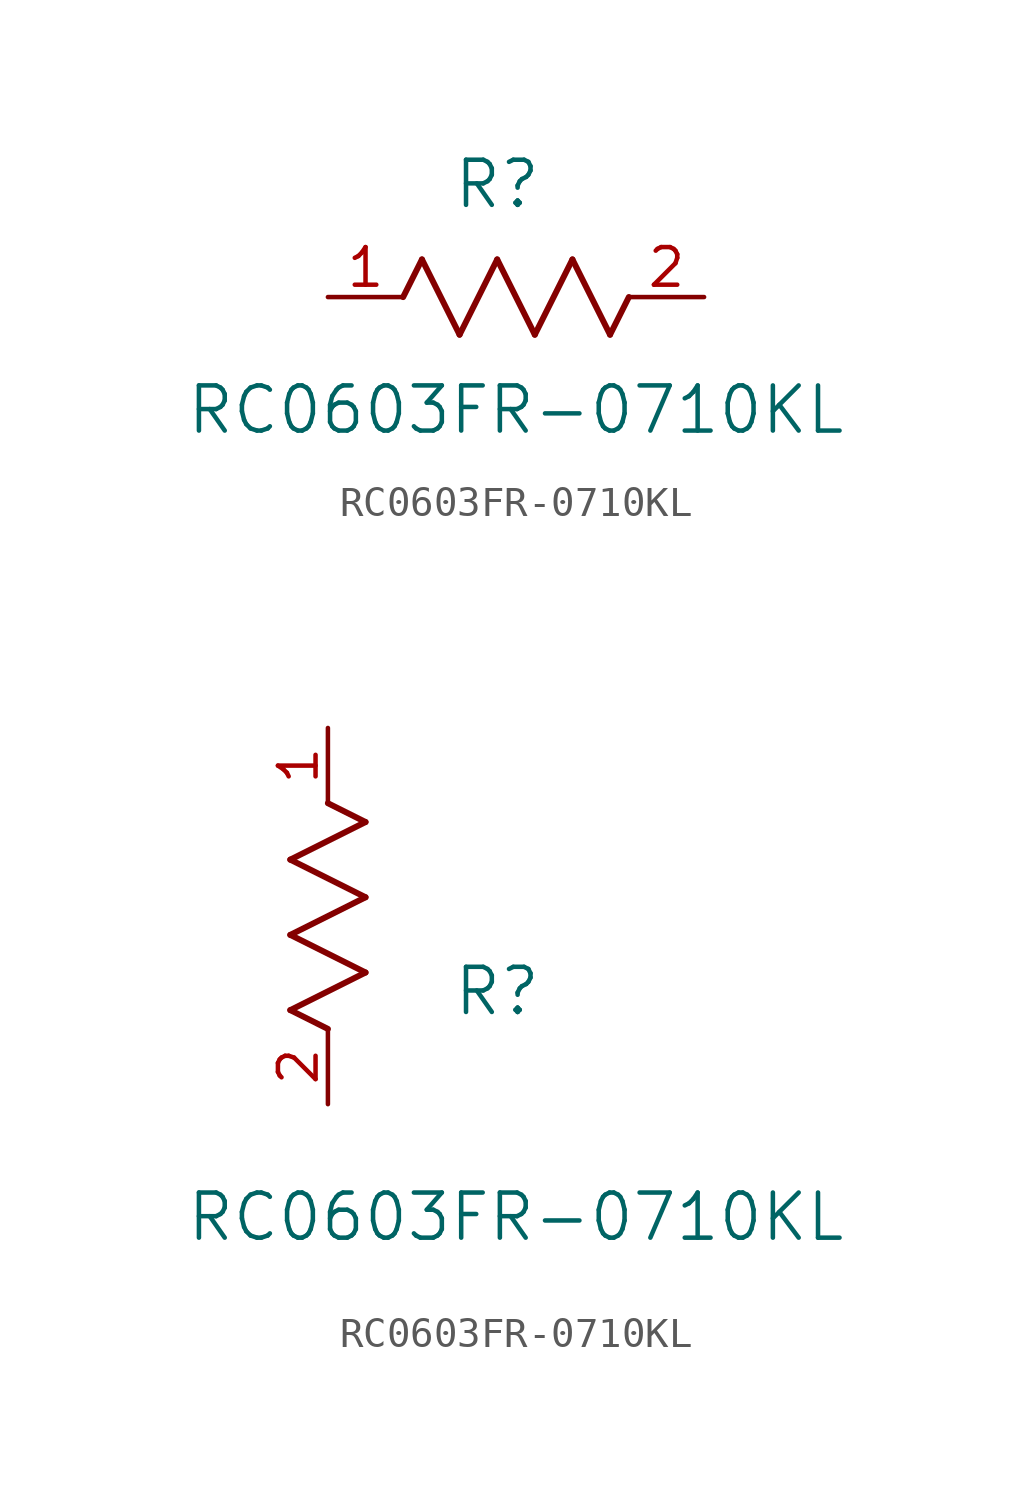
<source format=kicad_sym>
(kicad_symbol_lib
  (version 20211014)
  (generator kicad_symbol_editor)
  (symbol "RC0603FR-0710KL"
    (pin_names
      (offset 0.254))
    (property "Reference" "R"
      (at 5.715 3.81 0)
      (effects (font (size 1.524 1.524))))
    (property "Value" "RC0603FR-0710KL"
      (at 6.35 -3.81 0)
      (effects (font (size 1.524 1.524))))
    (symbol "RC0603FR-0710KL_1_1"
      (polyline (pts (xy 3.175 1.27) (xy 4.445 -1.27)) (stroke (width 0.203) (type default) (color 0 0 0 0)) (fill (type none)))
      (polyline (pts (xy 4.445 -1.27) (xy 5.715 1.27)) (stroke (width 0.203) (type default) (color 0 0 0 0)) (fill (type none)))
      (polyline (pts (xy 5.715 1.27) (xy 6.985 -1.27)) (stroke (width 0.203) (type default) (color 0 0 0 0)) (fill (type none)))
      (polyline (pts (xy 6.985 -1.27) (xy 8.255 1.27)) (stroke (width 0.203) (type default) (color 0 0 0 0)) (fill (type none)))
      (polyline (pts (xy 8.255 1.27) (xy 9.525 -1.27)) (stroke (width 0.203) (type default) (color 0 0 0 0)) (fill (type none)))
      (polyline (pts (xy 2.54 0) (xy 3.175 1.27)) (stroke (width 0.203) (type default) (color 0 0 0 0)) (fill (type none)))
      (polyline (pts (xy 9.525 -1.27) (xy 10.16 0)) (stroke (width 0.203) (type default) (color 0 0 0 0)) (fill (type none)))
      (pin unspecified line (at 0 0 0) (length 2.54) (name "" (effects (font (size 1.27 1.27)))) (number "1" (effects (font (size 1.27 1.27)))))
      (pin unspecified line (at 12.7 0 180) (length 2.54) (name "" (effects (font (size 1.27 1.27)))) (number "2" (effects (font (size 1.27 1.27))))))
    (symbol "RC0603FR-0710KL_1_2"
      (polyline (pts (xy 0 2.54) (xy -1.27 3.175)) (stroke (width 0.203) (type default) (color 0 0 0 0)) (fill (type none)))
      (polyline (pts (xy -1.27 3.175) (xy 1.27 4.445)) (stroke (width 0.203) (type default) (color 0 0 0 0)) (fill (type none)))
      (polyline (pts (xy 1.27 4.445) (xy -1.27 5.715)) (stroke (width 0.203) (type default) (color 0 0 0 0)) (fill (type none)))
      (polyline (pts (xy -1.27 5.715) (xy 1.27 6.985)) (stroke (width 0.203) (type default) (color 0 0 0 0)) (fill (type none)))
      (polyline (pts (xy -1.27 8.255) (xy 1.27 9.525)) (stroke (width 0.203) (type default) (color 0 0 0 0)) (fill (type none)))
      (polyline (pts (xy 1.27 9.525) (xy 0 10.16)) (stroke (width 0.203) (type default) (color 0 0 0 0)) (fill (type none)))
      (polyline (pts (xy 1.27 6.985) (xy -1.27 8.255)) (stroke (width 0.203) (type default) (color 0 0 0 0)) (fill (type none)))
      (pin unspecified line (at 0 12.7 270) (length 2.54) (name "" (effects (font (size 1.27 1.27)))) (number "1" (effects (font (size 1.27 1.27)))))
      (pin unspecified line (at 0 0 90) (length 2.54) (name "" (effects (font (size 1.27 1.27)))) (number "2" (effects (font (size 1.27 1.27))))))))
</source>
